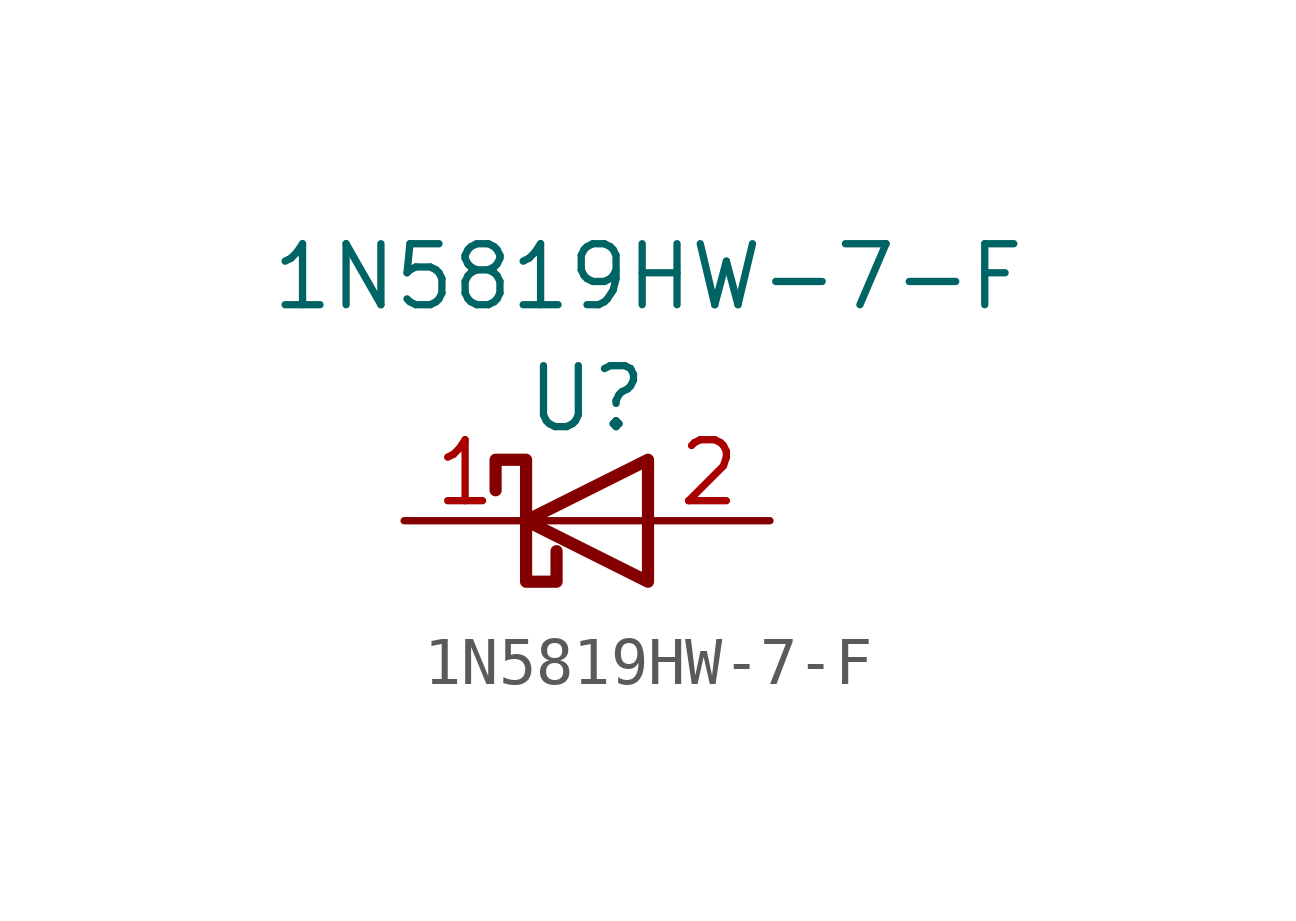
<source format=kicad_sym>
(kicad_symbol_lib
  (version 20220914)
  (generator kicad_symbol_editor)
  (symbol "1N5819HW-7-F"
    (pin_names hide)
    (property "Reference" "U"
      (at 0 2.54 0)
      (effects (font (size 1.27 1.27))))
    (property "Value" "1N5819HW-7-F"
      (at 1.27 5.08 0)
      (effects (font (size 1.27 1.27))))
    (symbol "1N5819HW-7-F_0_1"
      (polyline (pts (xy 1.27 0) (xy -1.27 0)) (stroke (width 0) (type default)) (fill (type none)))
      (polyline (pts (xy 1.27 1.27) (xy 1.27 -1.27) (xy -1.27 0) (xy 1.27 1.27)) (stroke (width 0.254) (type default)) (fill (type none)))
      (polyline (pts (xy -1.905 0.635) (xy -1.905 1.27) (xy -1.27 1.27) (xy -1.27 -1.27) (xy -0.635 -1.27) (xy -0.635 -0.635)) (stroke (width 0.254) (type default)) (fill (type none))))
    (symbol "1N5819HW-7-F_1_1"
      (pin passive line (at -3.81 0 0) (length 2.54) (name "K" (effects (font (size 1.27 1.27)))) (number "1" (effects (font (size 1.27 1.27)))))
      (pin passive line (at 3.81 0 180) (length 2.54) (name "A" (effects (font (size 1.27 1.27)))) (number "2" (effects (font (size 1.27 1.27))))))))
</source>
